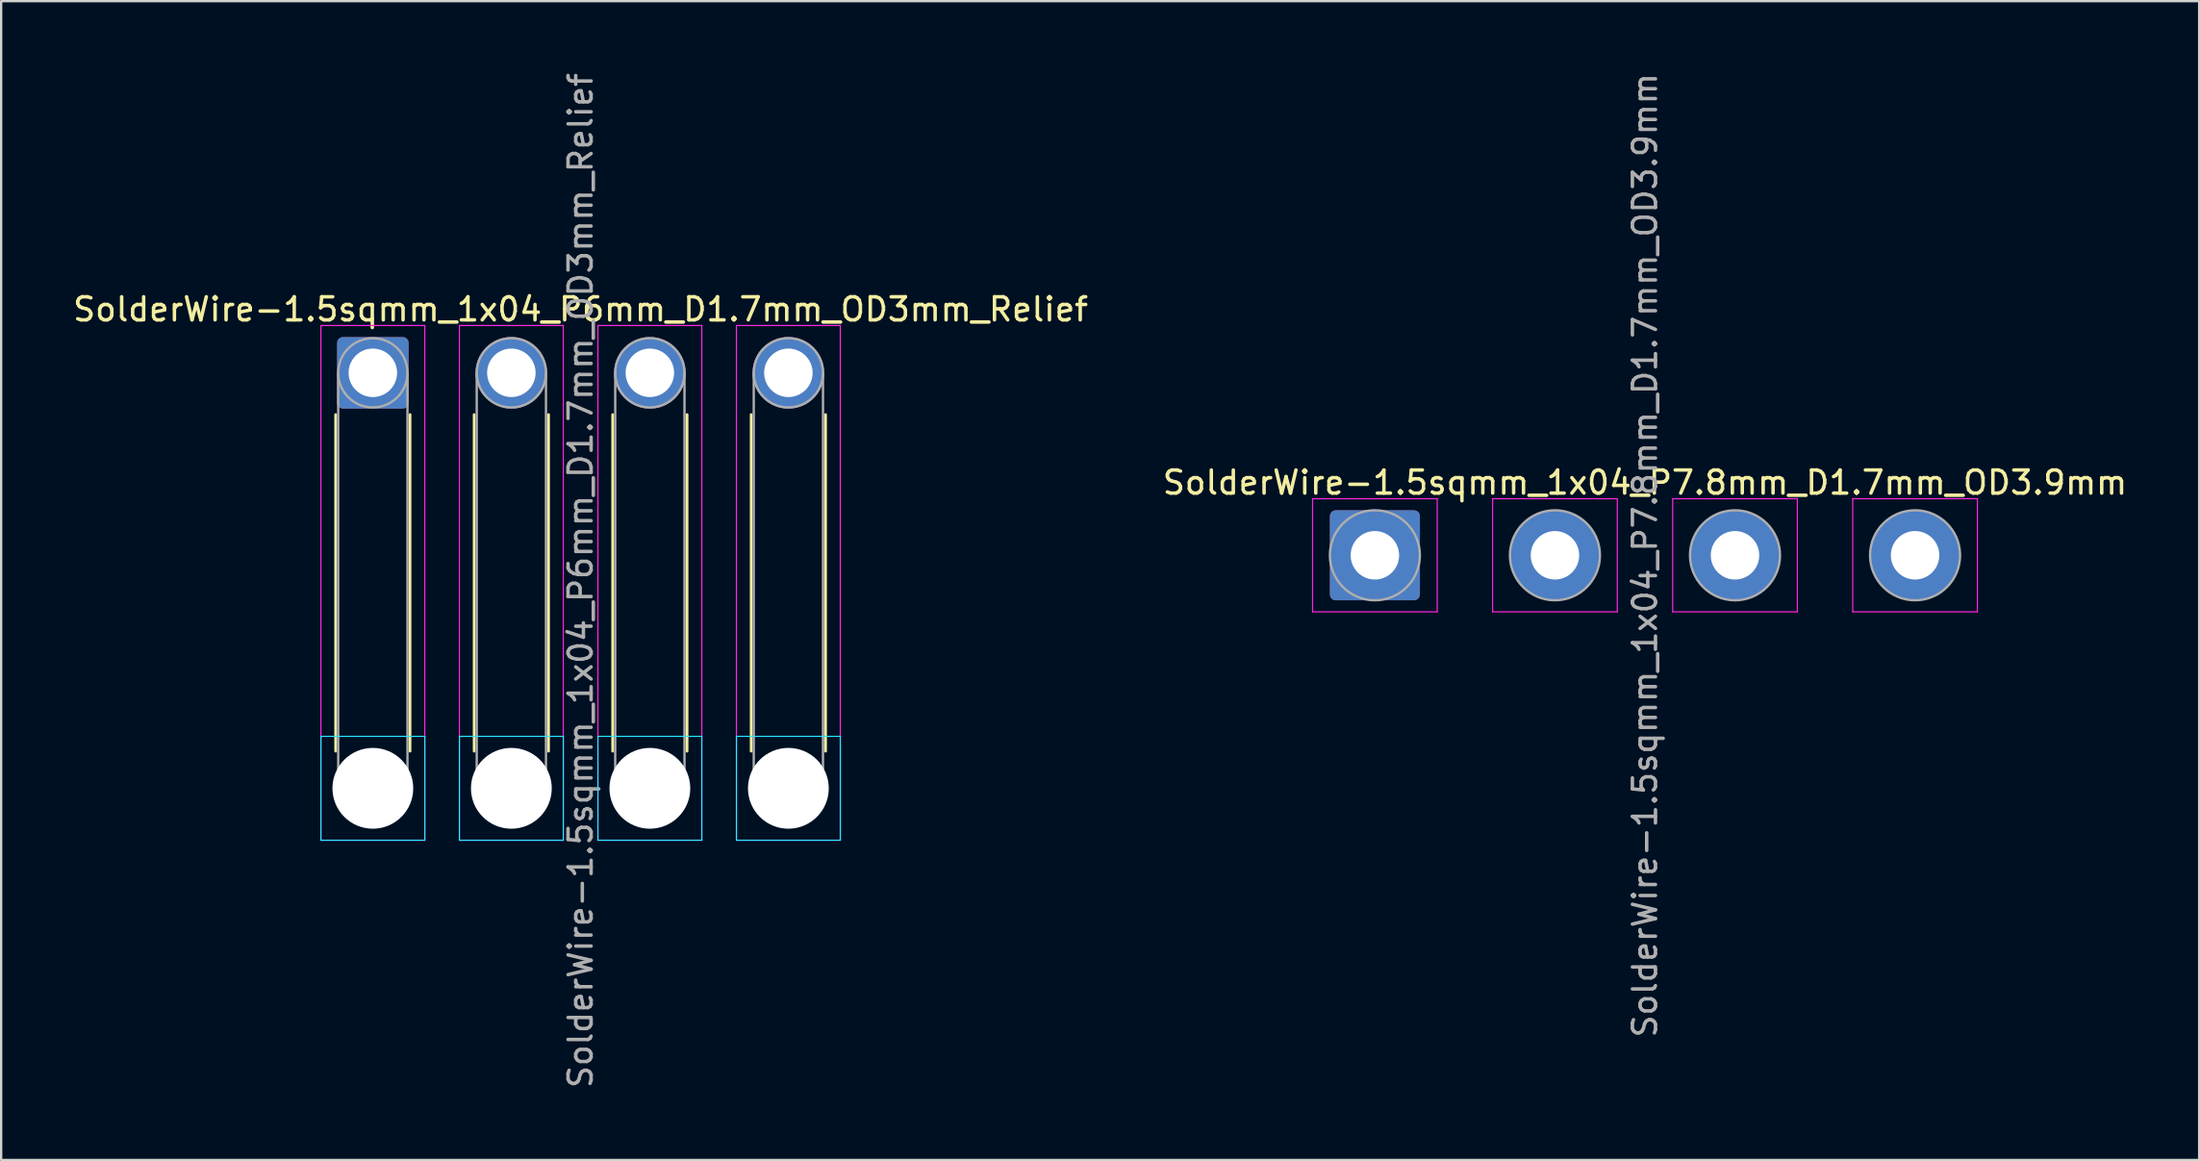
<source format=kicad_pcb>
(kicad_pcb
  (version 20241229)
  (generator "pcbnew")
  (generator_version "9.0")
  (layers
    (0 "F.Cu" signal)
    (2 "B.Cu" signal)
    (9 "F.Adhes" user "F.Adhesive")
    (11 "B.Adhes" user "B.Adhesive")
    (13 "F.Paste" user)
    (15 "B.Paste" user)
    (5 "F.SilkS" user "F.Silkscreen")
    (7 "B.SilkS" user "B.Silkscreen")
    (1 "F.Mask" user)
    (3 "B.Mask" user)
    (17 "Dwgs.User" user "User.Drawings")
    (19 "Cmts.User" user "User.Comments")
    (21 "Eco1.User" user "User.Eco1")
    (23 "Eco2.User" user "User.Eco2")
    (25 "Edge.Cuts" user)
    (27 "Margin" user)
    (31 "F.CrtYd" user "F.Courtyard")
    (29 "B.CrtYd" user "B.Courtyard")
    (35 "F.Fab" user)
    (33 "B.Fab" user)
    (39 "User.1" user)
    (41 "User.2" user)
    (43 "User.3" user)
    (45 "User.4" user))
  (footprint "SolderWire-1.5sqmm_1x04_P7.8mm_D1.7mm_OD3.9mm"
    (layer "F.Cu")
    (at 56.508 21.006)
    (property "Reference" "SolderWire-1.5sqmm_1x04_P7.8mm_D1.7mm_OD3.9mm" (at 11.7 -3.15 0) (layer "F.SilkS") (effects (font (size 1 1) (thickness 0.15))))
    (attr exclude_from_pos_files exclude_from_bom)
    (fp_line (start -2.7 -2.45) (end -2.7 2.45) (stroke (width 0.05) (type solid)) (layer "F.CrtYd"))
    (fp_line (start -2.7 2.45) (end 2.7 2.45) (stroke (width 0.05) (type solid)) (layer "F.CrtYd"))
    (fp_line (start 2.7 -2.45) (end -2.7 -2.45) (stroke (width 0.05) (type solid)) (layer "F.CrtYd"))
    (fp_line (start 2.7 2.45) (end 2.7 -2.45) (stroke (width 0.05) (type solid)) (layer "F.CrtYd"))
    (fp_line (start 5.1 -2.45) (end 5.1 2.45) (stroke (width 0.05) (type solid)) (layer "F.CrtYd"))
    (fp_line (start 5.1 2.45) (end 10.5 2.45) (stroke (width 0.05) (type solid)) (layer "F.CrtYd"))
    (fp_line (start 10.5 -2.45) (end 5.1 -2.45) (stroke (width 0.05) (type solid)) (layer "F.CrtYd"))
    (fp_line (start 10.5 2.45) (end 10.5 -2.45) (stroke (width 0.05) (type solid)) (layer "F.CrtYd"))
    (fp_line (start 12.9 -2.45) (end 12.9 2.45) (stroke (width 0.05) (type solid)) (layer "F.CrtYd"))
    (fp_line (start 12.9 2.45) (end 18.3 2.45) (stroke (width 0.05) (type solid)) (layer "F.CrtYd"))
    (fp_line (start 18.3 -2.45) (end 12.9 -2.45) (stroke (width 0.05) (type solid)) (layer "F.CrtYd"))
    (fp_line (start 18.3 2.45) (end 18.3 -2.45) (stroke (width 0.05) (type solid)) (layer "F.CrtYd"))
    (fp_line (start 20.7 -2.45) (end 20.7 2.45) (stroke (width 0.05) (type solid)) (layer "F.CrtYd"))
    (fp_line (start 20.7 2.45) (end 26.1 2.45) (stroke (width 0.05) (type solid)) (layer "F.CrtYd"))
    (fp_line (start 26.1 -2.45) (end 20.7 -2.45) (stroke (width 0.05) (type solid)) (layer "F.CrtYd"))
    (fp_line (start 26.1 2.45) (end 26.1 -2.45) (stroke (width 0.05) (type solid)) (layer "F.CrtYd"))
    (fp_circle (center 0 0) (end 1.95 0) (stroke (width 0.1) (type solid)) (fill no) (layer "F.Fab"))
    (fp_circle (center 7.8 0) (end 9.75 0) (stroke (width 0.1) (type solid)) (fill no) (layer "F.Fab"))
    (fp_circle (center 15.6 0) (end 17.55 0) (stroke (width 0.1) (type solid)) (fill no) (layer "F.Fab"))
    (fp_circle (center 23.4 0) (end 25.35 0) (stroke (width 0.1) (type solid)) (fill no) (layer "F.Fab"))
    (fp_text user "${REFERENCE}" (at 11.7 0 90) (layer "F.Fab") (effects (font (size 1 1) (thickness 0.15))))
    (pad "1" thru_hole roundrect (at 0 0) (size 3.9 3.9) (drill 2.1) (layers "*.Cu" "*.Mask") (roundrect_rratio 0.064))
    (pad "2" thru_hole circle (at 7.8 0) (size 3.9 3.9) (drill 2.1) (layers "*.Cu" "*.Mask"))
    (pad "3" thru_hole circle (at 15.6 0) (size 3.9 3.9) (drill 2.1) (layers "*.Cu" "*.Mask"))
    (pad "4" thru_hole circle (at 23.4 0) (size 3.9 3.9) (drill 2.1) (layers "*.Cu" "*.Mask")))
  (footprint "SolderWire-1.5sqmm_1x04_P6mm_D1.7mm_OD3mm_Relief"
    (layer "F.Cu")
    (at 13.101 13.101)
    (property "Reference" "SolderWire-1.5sqmm_1x04_P6mm_D1.7mm_OD3mm_Relief" (at 9 -2.75 0) (layer "F.SilkS") (effects (font (size 1 1) (thickness 0.15))))
    (attr exclude_from_pos_files exclude_from_bom)
    (fp_line (start -1.61 1.81) (end -1.61 16.39) (stroke (width 0.12) (type solid)) (layer "F.SilkS"))
    (fp_line (start 1.61 1.81) (end 1.61 16.39) (stroke (width 0.12) (type solid)) (layer "F.SilkS"))
    (fp_line (start 4.39 1.81) (end 4.39 16.39) (stroke (width 0.12) (type solid)) (layer "F.SilkS"))
    (fp_line (start 7.61 1.81) (end 7.61 16.39) (stroke (width 0.12) (type solid)) (layer "F.SilkS"))
    (fp_line (start 10.39 1.81) (end 10.39 16.39) (stroke (width 0.12) (type solid)) (layer "F.SilkS"))
    (fp_line (start 13.61 1.81) (end 13.61 16.39) (stroke (width 0.12) (type solid)) (layer "F.SilkS"))
    (fp_line (start 16.39 1.81) (end 16.39 16.39) (stroke (width 0.12) (type solid)) (layer "F.SilkS"))
    (fp_line (start 19.61 1.81) (end 19.61 16.39) (stroke (width 0.12) (type solid)) (layer "F.SilkS"))
    (fp_line (start -2.25 15.75) (end -2.25 20.25) (stroke (width 0.05) (type solid)) (layer "B.CrtYd"))
    (fp_line (start -2.25 20.25) (end 2.25 20.25) (stroke (width 0.05) (type solid)) (layer "B.CrtYd"))
    (fp_line (start 2.25 15.75) (end -2.25 15.75) (stroke (width 0.05) (type solid)) (layer "B.CrtYd"))
    (fp_line (start 2.25 20.25) (end 2.25 15.75) (stroke (width 0.05) (type solid)) (layer "B.CrtYd"))
    (fp_line (start 3.75 15.75) (end 3.75 20.25) (stroke (width 0.05) (type solid)) (layer "B.CrtYd"))
    (fp_line (start 3.75 20.25) (end 8.25 20.25) (stroke (width 0.05) (type solid)) (layer "B.CrtYd"))
    (fp_line (start 8.25 15.75) (end 3.75 15.75) (stroke (width 0.05) (type solid)) (layer "B.CrtYd"))
    (fp_line (start 8.25 20.25) (end 8.25 15.75) (stroke (width 0.05) (type solid)) (layer "B.CrtYd"))
    (fp_line (start 9.75 15.75) (end 9.75 20.25) (stroke (width 0.05) (type solid)) (layer "B.CrtYd"))
    (fp_line (start 9.75 20.25) (end 14.25 20.25) (stroke (width 0.05) (type solid)) (layer "B.CrtYd"))
    (fp_line (start 14.25 15.75) (end 9.75 15.75) (stroke (width 0.05) (type solid)) (layer "B.CrtYd"))
    (fp_line (start 14.25 20.25) (end 14.25 15.75) (stroke (width 0.05) (type solid)) (layer "B.CrtYd"))
    (fp_line (start 15.75 15.75) (end 15.75 20.25) (stroke (width 0.05) (type solid)) (layer "B.CrtYd"))
    (fp_line (start 15.75 20.25) (end 20.25 20.25) (stroke (width 0.05) (type solid)) (layer "B.CrtYd"))
    (fp_line (start 20.25 15.75) (end 15.75 15.75) (stroke (width 0.05) (type solid)) (layer "B.CrtYd"))
    (fp_line (start 20.25 20.25) (end 20.25 15.75) (stroke (width 0.05) (type solid)) (layer "B.CrtYd"))
    (fp_line (start -2.25 -2.05) (end -2.25 20.25) (stroke (width 0.05) (type solid)) (layer "F.CrtYd"))
    (fp_line (start -2.25 20.25) (end 2.25 20.25) (stroke (width 0.05) (type solid)) (layer "F.CrtYd"))
    (fp_line (start 2.25 -2.05) (end -2.25 -2.05) (stroke (width 0.05) (type solid)) (layer "F.CrtYd"))
    (fp_line (start 2.25 20.25) (end 2.25 -2.05) (stroke (width 0.05) (type solid)) (layer "F.CrtYd"))
    (fp_line (start 3.75 -2.05) (end 3.75 20.25) (stroke (width 0.05) (type solid)) (layer "F.CrtYd"))
    (fp_line (start 3.75 20.25) (end 8.25 20.25) (stroke (width 0.05) (type solid)) (layer "F.CrtYd"))
    (fp_line (start 8.25 -2.05) (end 3.75 -2.05) (stroke (width 0.05) (type solid)) (layer "F.CrtYd"))
    (fp_line (start 8.25 20.25) (end 8.25 -2.05) (stroke (width 0.05) (type solid)) (layer "F.CrtYd"))
    (fp_line (start 9.75 -2.05) (end 9.75 20.25) (stroke (width 0.05) (type solid)) (layer "F.CrtYd"))
    (fp_line (start 9.75 20.25) (end 14.25 20.25) (stroke (width 0.05) (type solid)) (layer "F.CrtYd"))
    (fp_line (start 14.25 -2.05) (end 9.75 -2.05) (stroke (width 0.05) (type solid)) (layer "F.CrtYd"))
    (fp_line (start 14.25 20.25) (end 14.25 -2.05) (stroke (width 0.05) (type solid)) (layer "F.CrtYd"))
    (fp_line (start 15.75 -2.05) (end 15.75 20.25) (stroke (width 0.05) (type solid)) (layer "F.CrtYd"))
    (fp_line (start 15.75 20.25) (end 20.25 20.25) (stroke (width 0.05) (type solid)) (layer "F.CrtYd"))
    (fp_line (start 20.25 -2.05) (end 15.75 -2.05) (stroke (width 0.05) (type solid)) (layer "F.CrtYd"))
    (fp_line (start 20.25 20.25) (end 20.25 -2.05) (stroke (width 0.05) (type solid)) (layer "F.CrtYd"))
    (fp_line (start -1.5 0) (end -1.5 18) (stroke (width 0.1) (type solid)) (layer "F.Fab"))
    (fp_line (start 1.5 0) (end 1.5 18) (stroke (width 0.1) (type solid)) (layer "F.Fab"))
    (fp_line (start 4.5 0) (end 4.5 18) (stroke (width 0.1) (type solid)) (layer "F.Fab"))
    (fp_line (start 7.5 0) (end 7.5 18) (stroke (width 0.1) (type solid)) (layer "F.Fab"))
    (fp_line (start 10.5 0) (end 10.5 18) (stroke (width 0.1) (type solid)) (layer "F.Fab"))
    (fp_line (start 13.5 0) (end 13.5 18) (stroke (width 0.1) (type solid)) (layer "F.Fab"))
    (fp_line (start 16.5 0) (end 16.5 18) (stroke (width 0.1) (type solid)) (layer "F.Fab"))
    (fp_line (start 19.5 0) (end 19.5 18) (stroke (width 0.1) (type solid)) (layer "F.Fab"))
    (fp_circle (center 0 0) (end 1.5 0) (stroke (width 0.1) (type solid)) (fill no) (layer "F.Fab"))
    (fp_circle (center 0 18) (end 1.5 18) (stroke (width 0.1) (type solid)) (fill no) (layer "F.Fab"))
    (fp_circle (center 6 0) (end 7.5 0) (stroke (width 0.1) (type solid)) (fill no) (layer "F.Fab"))
    (fp_circle (center 6 18) (end 7.5 18) (stroke (width 0.1) (type solid)) (fill no) (layer "F.Fab"))
    (fp_circle (center 12 0) (end 13.5 0) (stroke (width 0.1) (type solid)) (fill no) (layer "F.Fab"))
    (fp_circle (center 12 18) (end 13.5 18) (stroke (width 0.1) (type solid)) (fill no) (layer "F.Fab"))
    (fp_circle (center 18 0) (end 19.5 0) (stroke (width 0.1) (type solid)) (fill no) (layer "F.Fab"))
    (fp_circle (center 18 18) (end 19.5 18) (stroke (width 0.1) (type solid)) (fill no) (layer "F.Fab"))
    (fp_text user "${REFERENCE}" (at 9 9 90) (layer "F.Fab") (effects (font (size 1 1) (thickness 0.15))))
    (pad "" np_thru_hole circle (at 0 18) (size 3.5 3.5) (drill 3.5) (layers "*.Cu" "*.Mask"))
    (pad "" np_thru_hole circle (at 6 18) (size 3.5 3.5) (drill 3.5) (layers "*.Cu" "*.Mask"))
    (pad "" np_thru_hole circle (at 12 18) (size 3.5 3.5) (drill 3.5) (layers "*.Cu" "*.Mask"))
    (pad "" np_thru_hole circle (at 18 18) (size 3.5 3.5) (drill 3.5) (layers "*.Cu" "*.Mask"))
    (pad "1" thru_hole roundrect (at 0 0) (size 3.1 3.1) (drill 2.1) (layers "*.Cu" "*.Mask") (roundrect_rratio 0.081))
    (pad "2" thru_hole circle (at 6 0) (size 3.1 3.1) (drill 2.1) (layers "*.Cu" "*.Mask"))
    (pad "3" thru_hole circle (at 12 0) (size 3.1 3.1) (drill 2.1) (layers "*.Cu" "*.Mask"))
    (pad "4" thru_hole circle (at 18 0) (size 3.1 3.1) (drill 2.1) (layers "*.Cu" "*.Mask")))
  (gr_rect
    (start -3 -3)
    (end 92.214 47.202)
    (stroke (width 0.1) (type default))
    (fill no)
    (layer "Edge.Cuts")))
</source>
